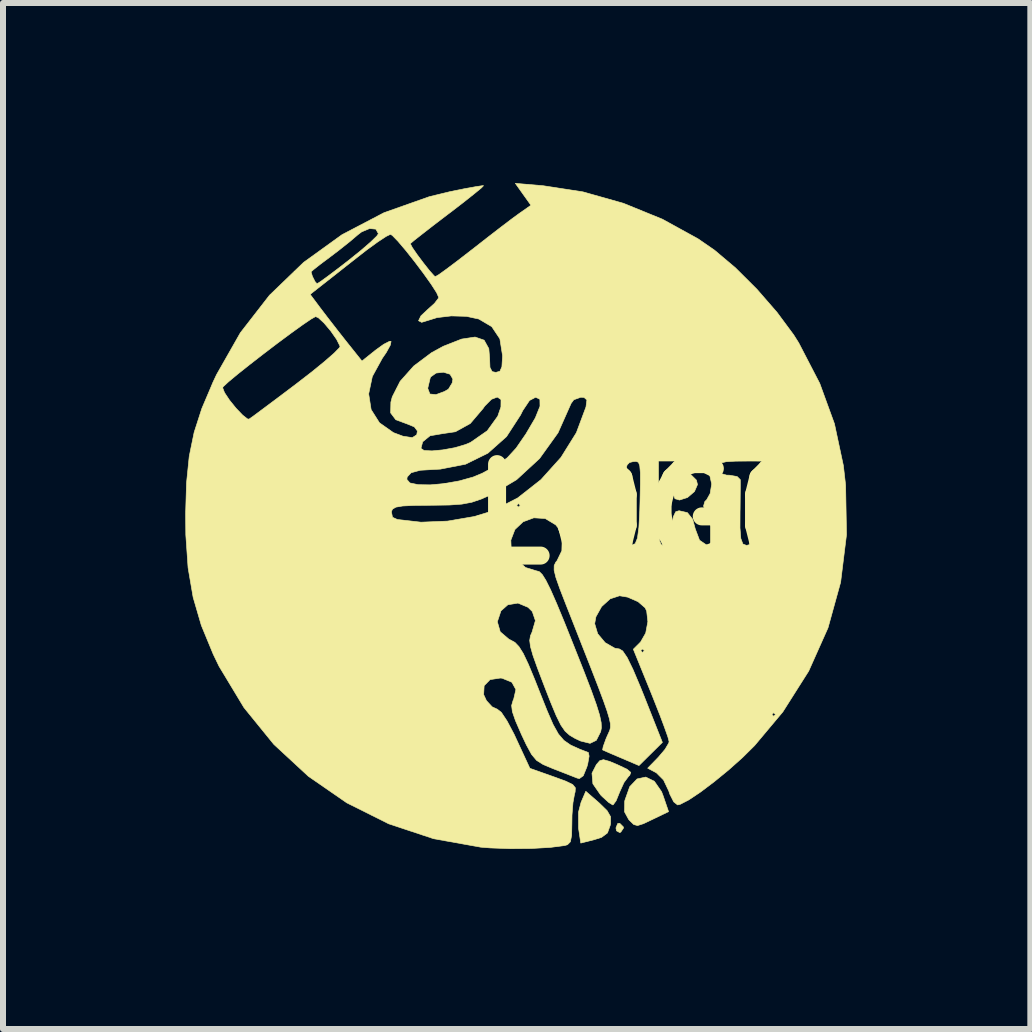
<source format=kicad_pcb>
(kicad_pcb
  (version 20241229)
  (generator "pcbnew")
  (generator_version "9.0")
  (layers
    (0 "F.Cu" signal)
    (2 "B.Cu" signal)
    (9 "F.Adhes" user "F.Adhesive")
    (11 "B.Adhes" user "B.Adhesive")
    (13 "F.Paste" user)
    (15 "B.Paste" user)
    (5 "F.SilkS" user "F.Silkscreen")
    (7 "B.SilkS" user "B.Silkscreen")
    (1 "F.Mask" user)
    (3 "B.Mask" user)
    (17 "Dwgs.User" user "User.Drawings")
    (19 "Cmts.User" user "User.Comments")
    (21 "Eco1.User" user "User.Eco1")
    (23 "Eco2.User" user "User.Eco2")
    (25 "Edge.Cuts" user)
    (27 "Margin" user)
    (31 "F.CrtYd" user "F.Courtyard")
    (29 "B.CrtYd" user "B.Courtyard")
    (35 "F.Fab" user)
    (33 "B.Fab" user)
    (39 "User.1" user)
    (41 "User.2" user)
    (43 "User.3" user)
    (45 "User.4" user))
  (footprint "IRT_LOGO"
    (layer "F.Cu")
    (at 5.559 5.518)
    (property "Reference" "IRT_LOGO" (at 0 0 0) (layer "F.SilkS") (effects (font (size 1.524 1.524) (thickness 0.3))))
    (attr through_hole)
    (fp_poly (pts (xy 1.778 5.211) (xy 1.781 5.228) (xy 1.735 5.297) (xy 1.717 5.305) (xy 1.664 5.276) (xy 1.654 5.228) (xy 1.684 5.154) (xy 1.717 5.15) (xy 1.778 5.211)) (stroke (width 0.01) (type solid)) (fill yes) (layer "F.SilkS"))
    (fp_poly (pts (xy 1.374 4.81) (xy 1.507 4.94) (xy 1.565 5.041) (xy 1.565 5.155) (xy 1.559 5.184) (xy 1.513 5.311) (xy 1.414 5.385) (xy 1.296 5.422) (xy 1.068 5.48) (xy 1.031 5.232) (xy 1.03 4.965) (xy 1.073 4.801) (xy 1.152 4.617) (xy 1.374 4.81)) (stroke (width 0.01) (type solid)) (fill yes) (layer "F.SilkS"))
    (fp_poly (pts (xy 2.893 -0.669) (xy 2.995 -0.568) (xy 3.013 -0.494) (xy 2.963 -0.378) (xy 2.846 -0.278) (xy 2.713 -0.236) (xy 2.638 -0.258) (xy 2.605 -0.342) (xy 2.599 -0.473) (xy 2.608 -0.625) (xy 2.646 -0.693) (xy 2.733 -0.709) (xy 2.735 -0.709) (xy 2.893 -0.669)) (stroke (width 0.01) (type solid)) (fill yes) (layer "F.SilkS"))
    (fp_poly (pts (xy 2.294 4.45) (xy 2.414 4.623) (xy 2.441 4.693) (xy 2.531 4.956) (xy 2.28 5.077) (xy 2.112 5.157) (xy 2.014 5.188) (xy 1.951 5.171) (xy 1.885 5.107) (xy 1.866 5.086) (xy 1.797 4.959) (xy 1.8 4.784) (xy 1.804 4.765) (xy 1.884 4.54) (xy 2.007 4.411) (xy 2.151 4.38) (xy 2.294 4.45)) (stroke (width 0.01) (type solid)) (fill yes) (layer "F.SilkS"))
    (fp_poly (pts (xy 1.549 4.119) (xy 1.684 4.176) (xy 1.84 4.25) (xy 1.901 4.302) (xy 1.884 4.351) (xy 1.866 4.366) (xy 1.788 4.471) (xy 1.717 4.627) (xy 1.711 4.642) (xy 1.657 4.775) (xy 1.608 4.842) (xy 1.601 4.844) (xy 1.536 4.805) (xy 1.429 4.708) (xy 1.399 4.678) (xy 1.27 4.492) (xy 1.255 4.316) (xy 1.329 4.171) (xy 1.385 4.107) (xy 1.446 4.09) (xy 1.549 4.119)) (stroke (width 0.01) (type solid)) (fill yes) (layer "F.SilkS"))
    (fp_poly (pts (xy 0.444 -5.473) (xy 1.105 -5.371) (xy 1.778 -5.181) (xy 2.428 -4.916) (xy 3.021 -4.59) (xy 3.295 -4.401) (xy 3.645 -4.106) (xy 4.004 -3.748) (xy 4.338 -3.364) (xy 4.615 -2.99) (xy 4.7 -2.855) (xy 5.05 -2.18) (xy 5.295 -1.507) (xy 5.444 -0.809) (xy 5.481 -0.485) (xy 5.496 0.34) (xy 5.398 1.134) (xy 5.188 1.893) (xy 4.866 2.614) (xy 4.435 3.294) (xy 3.964 3.856) (xy 3.763 4.055) (xy 3.532 4.261) (xy 3.291 4.458) (xy 3.063 4.63) (xy 2.867 4.761) (xy 2.725 4.834) (xy 2.681 4.844) (xy 2.617 4.793) (xy 2.552 4.665) (xy 2.535 4.613) (xy 2.447 4.428) (xy 2.328 4.309) (xy 2.324 4.307) (xy 2.183 4.232) (xy 2.362 4.048) (xy 2.472 3.918) (xy 2.534 3.813) (xy 2.54 3.789) (xy 2.519 3.709) (xy 2.46 3.543) (xy 2.383 3.337) (xy 4.253 3.337) (xy 4.283 3.367) (xy 4.312 3.337) (xy 4.283 3.308) (xy 4.253 3.337) (xy 2.383 3.337) (xy 2.373 3.313) (xy 2.266 3.042) (xy 2.242 2.982) (xy 1.954 2.274) (xy 2.067 2.274) (xy 2.097 2.304) (xy 2.127 2.274) (xy 2.097 2.245) (xy 2.067 2.274) (xy 1.954 2.274) (xy 1.944 2.25) (xy 2.065 2.129) (xy 2.15 1.981) (xy 2.186 1.79) (xy 2.166 1.613) (xy 2.14 1.559) (xy 2.023 1.458) (xy 1.85 1.382) (xy 1.714 1.359) (xy 1.558 1.41) (xy 1.415 1.54) (xy 1.32 1.71) (xy 1.3 1.824) (xy 1.35 1.992) (xy 1.475 2.141) (xy 1.636 2.233) (xy 1.711 2.245) (xy 1.767 2.279) (xy 1.841 2.388) (xy 1.937 2.584) (xy 2.061 2.877) (xy 2.12 3.023) (xy 2.428 3.802) (xy 2.233 3.995) (xy 2.038 4.188) (xy 1.743 4.062) (xy 1.576 3.991) (xy 1.462 3.941) (xy 1.432 3.927) (xy 1.442 3.872) (xy 1.487 3.747) (xy 1.507 3.7) (xy 1.532 3.645) (xy 1.552 3.599) (xy 1.563 3.552) (xy 1.562 3.49) (xy 1.544 3.404) (xy 1.507 3.28) (xy 1.447 3.109) (xy 1.36 2.877) (xy 1.242 2.573) (xy 1.09 2.187) (xy 0.901 1.706) (xy 0.827 1.519) (xy 0.72 1.243) (xy 0.654 1.056) (xy 0.624 0.933) (xy 0.625 0.855) (xy 0.652 0.799) (xy 0.672 0.776) (xy 0.753 0.608) (xy 0.758 0.406) (xy 0.687 0.223) (xy 0.65 0.177) (xy 0.511 0.093) (xy 1.779 0.093) (xy 1.785 0.299) (xy 1.805 0.422) (xy 1.84 0.479) (xy 1.842 0.48) (xy 1.92 0.514) (xy 1.975 0.491) (xy 2.013 0.397) (xy 2.037 0.218) (xy 2.051 -0.06) (xy 2.055 -0.201) (xy 2.061 -0.496) (xy 2.061 -0.692) (xy 2.051 -0.808) (xy 2.029 -0.865) (xy 1.99 -0.88) (xy 1.939 -0.876) (xy 1.88 -0.861) (xy 1.841 -0.822) (xy 1.816 -0.739) (xy 1.801 -0.59) (xy 1.79 -0.353) (xy 1.785 -0.213) (xy 1.779 0.093) (xy 0.511 0.093) (xy 0.476 0.072) (xy 0.286 0.06) (xy 0.108 0.126) (xy -0.029 0.255) (xy -0.097 0.432) (xy -0.092 0.56) (xy -0.006 0.748) (xy 0.147 0.888) (xy 0.329 0.944) (xy 0.331 0.944) (xy 0.377 0.957) (xy 0.427 1.006) (xy 0.487 1.102) (xy 0.565 1.258) (xy 0.666 1.488) (xy 0.796 1.802) (xy 0.955 2.2) (xy 1.119 2.614) (xy 1.242 2.934) (xy 1.328 3.174) (xy 1.382 3.348) (xy 1.408 3.472) (xy 1.412 3.561) (xy 1.4 3.623) (xy 1.327 3.768) (xy 1.223 3.818) (xy 1.065 3.779) (xy 0.973 3.736) (xy 0.882 3.682) (xy 0.807 3.615) (xy 0.737 3.514) (xy 0.66 3.359) (xy 0.565 3.13) (xy 0.465 2.874) (xy 0.349 2.57) (xy 0.272 2.354) (xy 0.23 2.206) (xy 0.217 2.103) (xy 0.23 2.025) (xy 0.257 1.963) (xy 0.312 1.773) (xy 0.26 1.621) (xy 0.189 1.551) (xy 0.022 1.481) (xy -0.147 1.509) (xy -0.262 1.611) (xy -0.322 1.792) (xy -0.274 1.959) (xy -0.128 2.084) (xy -0.104 2.095) (xy -0.029 2.136) (xy 0.038 2.206) (xy 0.11 2.321) (xy 0.195 2.5) (xy 0.303 2.761) (xy 0.381 2.958) (xy 0.508 3.276) (xy 0.607 3.504) (xy 0.695 3.662) (xy 0.787 3.769) (xy 0.9 3.847) (xy 1.05 3.915) (xy 1.195 3.971) (xy 1.207 4.031) (xy 1.184 4.162) (xy 1.17 4.211) (xy 1.11 4.358) (xy 1.045 4.405) (xy 1.008 4.397) (xy 0.904 4.356) (xy 0.733 4.289) (xy 0.599 4.237) (xy 0.44 4.17) (xy 0.332 4.102) (xy 0.248 4.002) (xy 0.162 3.844) (xy 0.079 3.668) (xy -0.02 3.44) (xy -0.072 3.289) (xy -0.084 3.187) (xy -0.06 3.104) (xy -0.05 3.084) (xy -0.013 2.922) (xy -0.08 2.8) (xy -0.242 2.733) (xy -0.272 2.73) (xy -0.443 2.756) (xy -0.542 2.858) (xy -0.55 3.006) (xy -0.504 3.106) (xy -0.408 3.21) (xy -0.323 3.249) (xy -0.256 3.301) (xy -0.159 3.447) (xy -0.042 3.668) (xy -0.008 3.742) (xy 0.22 4.234) (xy 0.615 4.374) (xy 0.82 4.449) (xy 0.934 4.505) (xy 0.978 4.559) (xy 0.974 4.628) (xy 0.964 4.664) (xy 0.938 4.807) (xy 0.922 5.013) (xy 0.92 5.155) (xy 0.916 5.351) (xy 0.895 5.458) (xy 0.847 5.507) (xy 0.801 5.521) (xy 0.56 5.552) (xy 0.244 5.57) (xy -0.102 5.573) (xy -0.436 5.561) (xy -0.599 5.548) (xy -1.385 5.407) (xy -2.132 5.159) (xy -2.83 4.81) (xy -3.471 4.367) (xy -4.046 3.835) (xy -4.544 3.222) (xy -4.959 2.534) (xy -5.056 2.333) (xy -5.254 1.853) (xy -5.391 1.384) (xy -5.475 0.893) (xy -5.513 0.343) (xy -5.516 0) (xy -5.515 -0.044) (xy -2.088 -0.044) (xy -2.069 0.051) (xy -1.988 0.088) (xy -1.594 0.133) (xy -1.151 0.115) (xy -0.709 0.039) (xy -0.677 0.03) (xy 0.768 0.03) (xy 0.797 0.059) (xy 0.827 0.03) (xy 0.797 0) (xy 0.768 0.03) (xy -0.677 0.03) (xy -0.404 -0.054) (xy -0.222 -0.148) (xy 0 -0.148) (xy 0.03 -0.118) (xy 0.059 -0.148) (xy 0.03 -0.177) (xy 0 -0.148) (xy -0.222 -0.148) (xy 0.017 -0.271) (xy 0.405 -0.576) (xy 0.684 -0.886) (xy 2.363 -0.886) (xy 2.363 -0.173) (xy 2.364 0.128) (xy 2.37 0.329) (xy 2.384 0.45) (xy 2.408 0.508) (xy 2.445 0.523) (xy 2.466 0.521) (xy 2.536 0.474) (xy 2.574 0.352) (xy 2.588 0.221) (xy 2.609 0.044) (xy 2.65 -0.041) (xy 2.706 -0.058) (xy 2.845 -0.026) (xy 2.932 0.083) (xy 2.976 0.245) (xy 3.047 0.433) (xy 3.177 0.522) (xy 3.258 0.532) (xy 3.288 0.482) (xy 3.279 0.357) (xy 3.238 0.189) (xy 3.171 0.01) (xy 3.16 -0.012) (xy 3.114 -0.137) (xy 3.136 -0.212) (xy 3.166 -0.241) (xy 3.224 -0.345) (xy 3.249 -0.5) (xy 3.249 -0.506) (xy 3.207 -0.693) (xy 3.128 -0.768) (xy 3.367 -0.768) (xy 3.395 -0.681) (xy 3.498 -0.651) (xy 3.544 -0.65) (xy 3.673 -0.628) (xy 3.726 -0.576) (xy 3.727 -0.484) (xy 3.725 -0.309) (xy 3.723 -0.086) (xy 3.722 -0.045) (xy 3.721 0.23) (xy 3.735 0.405) (xy 3.769 0.496) (xy 3.83 0.52) (xy 3.923 0.496) (xy 3.969 0.457) (xy 3.997 0.368) (xy 4.012 0.208) (xy 4.017 -0.045) (xy 4.017 -0.091) (xy 4.017 -0.642) (xy 4.208 -0.661) (xy 4.367 -0.707) (xy 4.419 -0.783) (xy 4.417 -0.832) (xy 4.373 -0.862) (xy 4.267 -0.879) (xy 4.077 -0.885) (xy 3.903 -0.886) (xy 3.649 -0.884) (xy 3.491 -0.875) (xy 3.406 -0.854) (xy 3.372 -0.815) (xy 3.367 -0.768) (xy 3.128 -0.768) (xy 3.078 -0.815) (xy 2.854 -0.877) (xy 2.675 -0.886) (xy 2.363 -0.886) (xy 0.684 -0.886) (xy 0.738 -0.946) (xy 0.995 -1.358) (xy 1.155 -1.787) (xy 1.17 -1.904) (xy 1.122 -1.946) (xy 1.068 -1.949) (xy 0.952 -1.907) (xy 0.907 -1.846) (xy 0.689 -1.356) (xy 0.381 -0.927) (xy -0.001 -0.575) (xy -0.398 -0.338) (xy -0.589 -0.253) (xy -0.748 -0.199) (xy -0.913 -0.168) (xy -1.12 -0.153) (xy -1.407 -0.149) (xy -1.429 -0.149) (xy -1.713 -0.146) (xy -1.9 -0.137) (xy -2.011 -0.118) (xy -2.067 -0.086) (xy -2.088 -0.044) (xy -5.515 -0.044) (xy -5.501 -0.521) (xy -5.495 -0.58) (xy -1.83 -0.58) (xy -1.779 -0.521) (xy -1.64 -0.492) (xy -1.439 -0.489) (xy -1.294 -0.502) (xy -0.295 -0.502) (xy -0.266 -0.473) (xy -0.236 -0.502) (xy -0.266 -0.532) (xy -0.295 -0.502) (xy -1.294 -0.502) (xy -1.202 -0.511) (xy -0.955 -0.555) (xy -0.723 -0.62) (xy -0.574 -0.682) (xy -0.33 -0.814) (xy -0.156 -0.941) (xy -0.009 -1.101) (xy 0.148 -1.329) (xy 0.153 -1.336) (xy 0.311 -1.605) (xy 0.389 -1.799) (xy 0.387 -1.915) (xy 0.316 -1.949) (xy 0.214 -1.895) (xy 0.102 -1.728) (xy 0.064 -1.652) (xy -0.169 -1.293) (xy -0.479 -1.017) (xy -0.852 -0.833) (xy -1.273 -0.751) (xy -1.355 -0.747) (xy -1.607 -0.732) (xy -1.758 -0.691) (xy -1.824 -0.62) (xy -1.83 -0.58) (xy -5.495 -0.58) (xy -5.456 -0.963) (xy -5.429 -1.097) (xy -1.595 -1.097) (xy -1.543 -1.062) (xy -1.411 -1.055) (xy -1.23 -1.072) (xy -1.032 -1.108) (xy -0.852 -1.161) (xy -0.769 -1.196) (xy -0.49 -1.39) (xy -0.315 -1.633) (xy -0.262 -1.787) (xy -0.261 -1.91) (xy -0.322 -1.952) (xy -0.42 -1.915) (xy -0.532 -1.802) (xy -0.561 -1.76) (xy -0.773 -1.511) (xy -1.021 -1.374) (xy -1.238 -1.342) (xy -1.443 -1.307) (xy -1.566 -1.207) (xy -1.595 -1.097) (xy -5.429 -1.097) (xy -5.374 -1.364) (xy -5.246 -1.761) (xy -5.098 -2.109) (xy -4.9 -2.109) (xy -4.868 -2.026) (xy -4.785 -1.901) (xy -4.676 -1.766) (xy -4.566 -1.651) (xy -4.484 -1.587) (xy -4.46 -1.584) (xy -4.394 -1.63) (xy -4.253 -1.735) (xy -4.052 -1.885) (xy -3.81 -2.067) (xy -3.662 -2.179) (xy -3.411 -2.373) (xy -3.199 -2.546) (xy -3.041 -2.684) (xy -2.954 -2.773) (xy -2.942 -2.797) (xy -3 -2.913) (xy -3.098 -3.053) (xy -3.209 -3.185) (xy -3.305 -3.274) (xy -3.351 -3.293) (xy -3.423 -3.253) (xy -3.566 -3.156) (xy -3.759 -3.017) (xy -3.983 -2.851) (xy -4.218 -2.672) (xy -4.446 -2.495) (xy -4.646 -2.336) (xy -4.8 -2.208) (xy -4.887 -2.128) (xy -4.9 -2.109) (xy -5.098 -2.109) (xy -5.063 -2.193) (xy -5.001 -2.325) (xy -4.604 -3.023) (xy -4.118 -3.649) (xy -4.103 -3.663) (xy -3.441 -3.663) (xy -3.275 -3.441) (xy -3.15 -3.277) (xy -2.988 -3.068) (xy -2.844 -2.885) (xy -2.578 -2.552) (xy -2.352 -2.733) (xy -2.216 -2.831) (xy -2.118 -2.881) (xy -2.093 -2.88) (xy -2.105 -2.818) (xy -2.173 -2.694) (xy -2.239 -2.598) (xy -2.405 -2.295) (xy -2.466 -2.005) (xy -2.425 -1.743) (xy -2.286 -1.523) (xy -2.053 -1.359) (xy -1.895 -1.3) (xy -1.739 -1.276) (xy -1.665 -1.323) (xy -1.654 -1.387) (xy -1.705 -1.455) (xy -1.827 -1.505) (xy -2.014 -1.574) (xy -2.1 -1.688) (xy -2.096 -1.867) (xy -2.073 -1.955) (xy -2.001 -2.097) (xy -1.482 -2.097) (xy -1.446 -2.003) (xy -1.344 -1.993) (xy -1.205 -2.044) (xy -1.137 -2.083) (xy -1.074 -2.187) (xy -1.063 -2.252) (xy -1.11 -2.332) (xy -1.219 -2.366) (xy -1.342 -2.352) (xy -1.431 -2.289) (xy -1.441 -2.269) (xy -1.482 -2.097) (xy -2.001 -2.097) (xy -1.941 -2.215) (xy -1.715 -2.469) (xy -1.419 -2.691) (xy -1.223 -2.798) (xy -0.918 -2.918) (xy -0.693 -2.952) (xy -0.542 -2.9) (xy -0.464 -2.759) (xy -0.451 -2.602) (xy -0.445 -2.446) (xy -0.409 -2.376) (xy -0.347 -2.363) (xy -0.279 -2.382) (xy -0.246 -2.457) (xy -0.236 -2.618) (xy -0.236 -2.647) (xy -0.28 -2.923) (xy -0.415 -3.125) (xy -0.63 -3.252) (xy -0.838 -3.297) (xy -1.09 -3.304) (xy -1.327 -3.276) (xy -1.445 -3.239) (xy -1.583 -3.197) (xy -1.635 -3.224) (xy -1.595 -3.305) (xy -1.49 -3.404) (xy -1.37 -3.512) (xy -1.304 -3.598) (xy -1.3 -3.615) (xy -1.334 -3.692) (xy -1.424 -3.832) (xy -1.552 -4.012) (xy -1.699 -4.207) (xy -1.847 -4.394) (xy -1.977 -4.547) (xy -2.07 -4.643) (xy -2.102 -4.664) (xy -2.173 -4.63) (xy -2.313 -4.538) (xy -2.499 -4.403) (xy -2.635 -4.297) (xy -2.855 -4.124) (xy -3.059 -3.963) (xy -3.217 -3.839) (xy -3.272 -3.796) (xy -3.441 -3.663) (xy -4.103 -3.663) (xy -3.713 -4.039) (xy -3.426 -4.039) (xy -3.404 -3.964) (xy -3.359 -3.875) (xy -3.327 -3.84) (xy -3.272 -3.874) (xy -3.145 -3.966) (xy -2.966 -4.101) (xy -2.802 -4.228) (xy -2.598 -4.392) (xy -2.434 -4.534) (xy -2.331 -4.634) (xy -2.304 -4.673) (xy -2.346 -4.75) (xy -2.451 -4.76) (xy -2.584 -4.704) (xy -2.647 -4.656) (xy -2.781 -4.542) (xy -2.966 -4.395) (xy -3.116 -4.281) (xy -3.274 -4.163) (xy -3.385 -4.075) (xy -3.426 -4.039) (xy -3.713 -4.039) (xy -3.55 -4.196) (xy -2.911 -4.657) (xy -2.21 -5.024) (xy -1.455 -5.291) (xy -1.109 -5.375) (xy -0.873 -5.423) (xy -0.685 -5.457) (xy -0.572 -5.474) (xy -0.552 -5.474) (xy -0.59 -5.435) (xy -0.707 -5.339) (xy -0.883 -5.199) (xy -1.104 -5.029) (xy -1.155 -4.991) (xy -1.384 -4.816) (xy -1.574 -4.668) (xy -1.709 -4.562) (xy -1.77 -4.51) (xy -1.772 -4.507) (xy -1.74 -4.445) (xy -1.659 -4.327) (xy -1.554 -4.187) (xy -1.452 -4.058) (xy -1.377 -3.974) (xy -1.356 -3.958) (xy -1.297 -3.992) (xy -1.165 -4.087) (xy -0.979 -4.227) (xy -0.757 -4.399) (xy -0.732 -4.418) (xy -0.489 -4.608) (xy -0.26 -4.785) (xy -0.073 -4.927) (xy 0.045 -5.013) (xy 0.238 -5.148) (xy 0.108 -5.33) (xy -0.022 -5.513) (xy 0.444 -5.473)) (stroke (width 0.01) (type solid)) (fill yes) (layer "F.SilkS")))
  (gr_rect
    (start -3 -3)
    (end 14.118 14.096)
    (stroke (width 0.1) (type default))
    (fill no)
    (layer "Edge.Cuts")))
</source>
